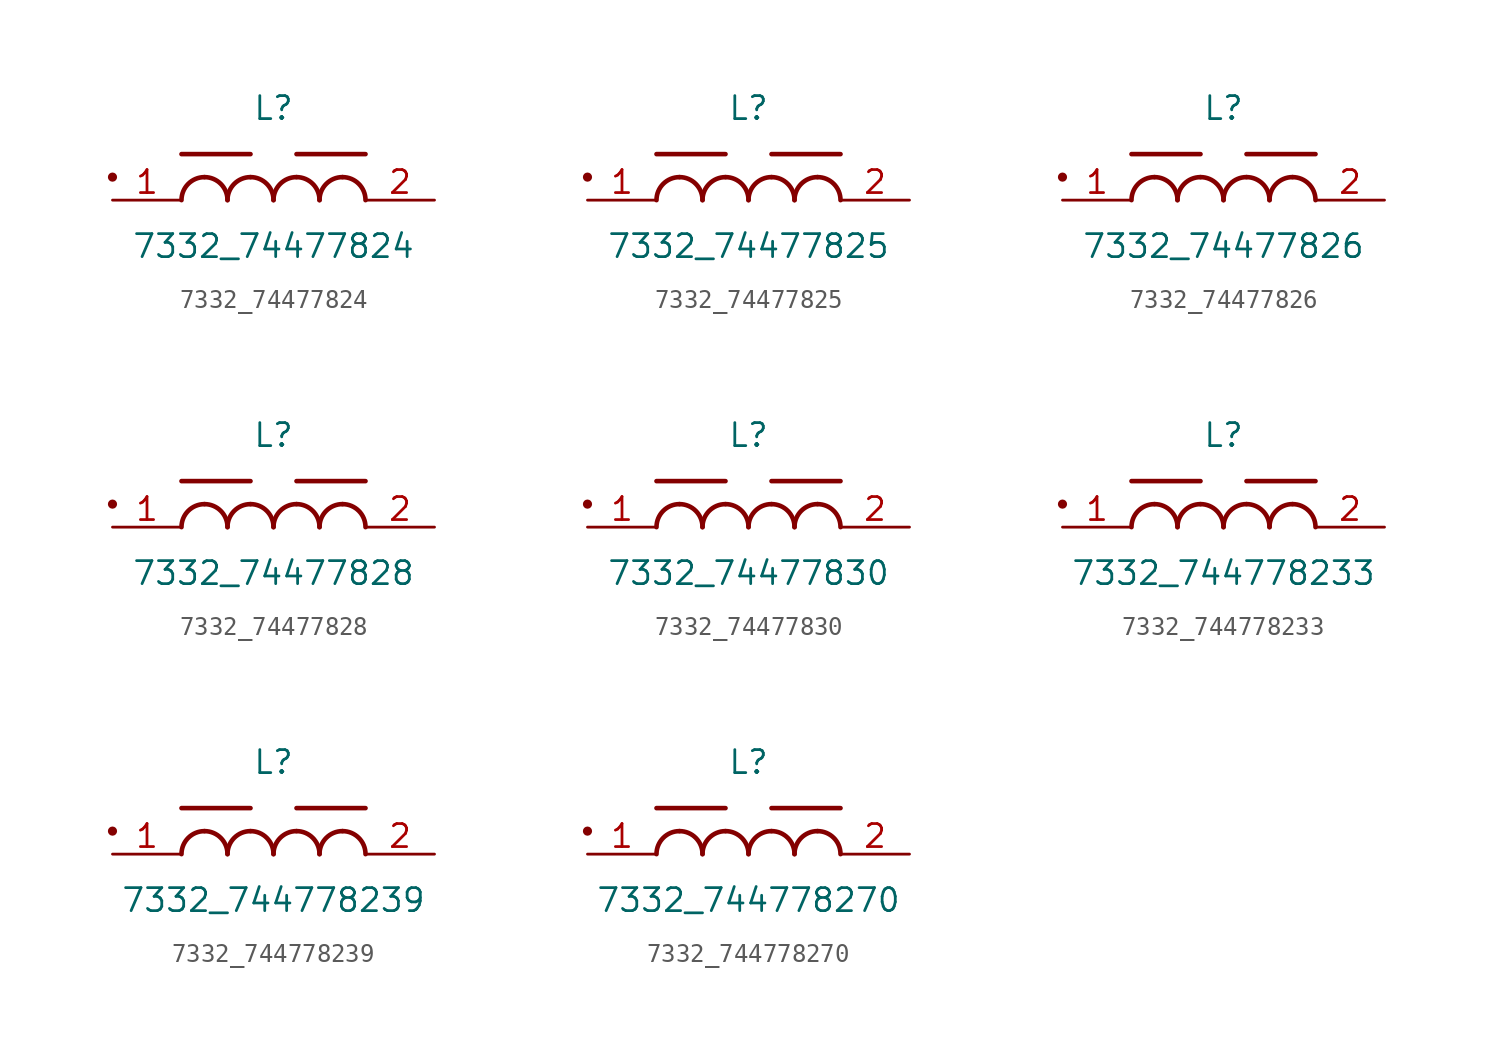
<source format=kicad_sym>
(kicad_symbol_lib
  (version 20211014)
  (generator kicad_symbol_editor)
  (symbol "Inductor_Wurth_WE-PD:7332_74477824"
    (pin_names hide)
    (property "Reference" "L"
      (at 0 5.08 0)
      (effects (font (size 1.27 1.27))))
    (property "Value" "7332_74477824"
      (at 0 -2.54 0)
      (effects (font (size 1.27 1.27))))
    (symbol "7332_74477824_0_1"
      (circle (center -8.89 1.27) (radius 0.0001) (stroke (width 0.254)) (stroke (width 0.254) (type default) (color 0 0 0 0)) (fill (type none)))
      (arc (start -3.81 1.27) (mid -4.708 0.898) (end -5.08 0) (stroke (width 0.254) (type default) (color 0 0 0 0)) (fill (type none)))
      (arc (start -2.54 0) (mid -2.912 0.898) (end -3.81 1.27) (stroke (width 0.254) (type default) (color 0 0 0 0)) (fill (type none)))
      (arc (start -1.2699 1.2701) (mid -2.1679 0.8981) (end -2.5399 0.0001) (stroke (width 0.254) (type default) (color 0 0 0 0)) (fill (type none)))
      (polyline (pts (xy -5.08 2.54) (xy -1.27 2.54)) (stroke (width 0.254) (type default) (color 0 0 0 0)) (fill (type none)))
      (polyline (pts (xy 5.08 2.54) (xy 1.27 2.54)) (stroke (width 0.254) (type default) (color 0 0 0 0)) (fill (type none)))
      (arc (start 0.0001 0.0001) (mid -0.3719 0.8981) (end -1.2699 1.2701) (stroke (width 0.254) (type default) (color 0 0 0 0)) (fill (type none)))
      (arc (start 1.2701 1.2701) (mid 0.3721 0.8981) (end 0.0001 0.0001) (stroke (width 0.254) (type default) (color 0 0 0 0)) (fill (type none)))
      (arc (start 2.5401 0.0001) (mid 2.1681 0.8981) (end 1.2701 1.2701) (stroke (width 0.254) (type default) (color 0 0 0 0)) (fill (type none)))
      (arc (start 3.8101 1.2701) (mid 2.9121 0.8981) (end 2.5401 0.0001) (stroke (width 0.254) (type default) (color 0 0 0 0)) (fill (type none)))
      (arc (start 5.0801 0.0001) (mid 4.7081 0.8981) (end 3.8101 1.2701) (stroke (width 0.254) (type default) (color 0 0 0 0)) (fill (type none))))
    (symbol "7332_74477824_1_1"
      (pin passive line (at -8.89 0 0) (length 3.81) (name "1" (effects (font (size 1.27 1.27)))) (number "1" (effects (font (size 1.27 1.27)))))
      (pin passive line (at 8.89 0 180) (length 3.81) (name "2" (effects (font (size 1.27 1.27)))) (number "2" (effects (font (size 1.27 1.27)))))))
  (symbol "Inductor_Wurth_WE-PD:7332_74477825"
    (pin_names hide)
    (property "Reference" "L"
      (at 0 5.08 0)
      (effects (font (size 1.27 1.27))))
    (property "Value" "7332_74477825"
      (at 0 -2.54 0)
      (effects (font (size 1.27 1.27))))
    (symbol "7332_74477825_0_1"
      (circle (center -8.89 1.27) (radius 0.0001) (stroke (width 0.254)) (stroke (width 0.254) (type default) (color 0 0 0 0)) (fill (type none)))
      (arc (start -3.81 1.27) (mid -4.708 0.898) (end -5.08 0) (stroke (width 0.254) (type default) (color 0 0 0 0)) (fill (type none)))
      (arc (start -2.54 0) (mid -2.912 0.898) (end -3.81 1.27) (stroke (width 0.254) (type default) (color 0 0 0 0)) (fill (type none)))
      (arc (start -1.2699 1.2701) (mid -2.1679 0.8981) (end -2.5399 0.0001) (stroke (width 0.254) (type default) (color 0 0 0 0)) (fill (type none)))
      (polyline (pts (xy -5.08 2.54) (xy -1.27 2.54)) (stroke (width 0.254) (type default) (color 0 0 0 0)) (fill (type none)))
      (polyline (pts (xy 5.08 2.54) (xy 1.27 2.54)) (stroke (width 0.254) (type default) (color 0 0 0 0)) (fill (type none)))
      (arc (start 0.0001 0.0001) (mid -0.3719 0.8981) (end -1.2699 1.2701) (stroke (width 0.254) (type default) (color 0 0 0 0)) (fill (type none)))
      (arc (start 1.2701 1.2701) (mid 0.3721 0.8981) (end 0.0001 0.0001) (stroke (width 0.254) (type default) (color 0 0 0 0)) (fill (type none)))
      (arc (start 2.5401 0.0001) (mid 2.1681 0.8981) (end 1.2701 1.2701) (stroke (width 0.254) (type default) (color 0 0 0 0)) (fill (type none)))
      (arc (start 3.8101 1.2701) (mid 2.9121 0.8981) (end 2.5401 0.0001) (stroke (width 0.254) (type default) (color 0 0 0 0)) (fill (type none)))
      (arc (start 5.0801 0.0001) (mid 4.7081 0.8981) (end 3.8101 1.2701) (stroke (width 0.254) (type default) (color 0 0 0 0)) (fill (type none))))
    (symbol "7332_74477825_1_1"
      (pin passive line (at -8.89 0 0) (length 3.81) (name "1" (effects (font (size 1.27 1.27)))) (number "1" (effects (font (size 1.27 1.27)))))
      (pin passive line (at 8.89 0 180) (length 3.81) (name "2" (effects (font (size 1.27 1.27)))) (number "2" (effects (font (size 1.27 1.27)))))))
  (symbol "Inductor_Wurth_WE-PD:7332_74477826"
    (pin_names hide)
    (property "Reference" "L"
      (at 0 5.08 0)
      (effects (font (size 1.27 1.27))))
    (property "Value" "7332_74477826"
      (at 0 -2.54 0)
      (effects (font (size 1.27 1.27))))
    (symbol "7332_74477826_0_1"
      (circle (center -8.89 1.27) (radius 0.0001) (stroke (width 0.254)) (stroke (width 0.254) (type default) (color 0 0 0 0)) (fill (type none)))
      (arc (start -3.81 1.27) (mid -4.708 0.898) (end -5.08 0) (stroke (width 0.254) (type default) (color 0 0 0 0)) (fill (type none)))
      (arc (start -2.54 0) (mid -2.912 0.898) (end -3.81 1.27) (stroke (width 0.254) (type default) (color 0 0 0 0)) (fill (type none)))
      (arc (start -1.2699 1.2701) (mid -2.1679 0.8981) (end -2.5399 0.0001) (stroke (width 0.254) (type default) (color 0 0 0 0)) (fill (type none)))
      (polyline (pts (xy -5.08 2.54) (xy -1.27 2.54)) (stroke (width 0.254) (type default) (color 0 0 0 0)) (fill (type none)))
      (polyline (pts (xy 5.08 2.54) (xy 1.27 2.54)) (stroke (width 0.254) (type default) (color 0 0 0 0)) (fill (type none)))
      (arc (start 0.0001 0.0001) (mid -0.3719 0.8981) (end -1.2699 1.2701) (stroke (width 0.254) (type default) (color 0 0 0 0)) (fill (type none)))
      (arc (start 1.2701 1.2701) (mid 0.3721 0.8981) (end 0.0001 0.0001) (stroke (width 0.254) (type default) (color 0 0 0 0)) (fill (type none)))
      (arc (start 2.5401 0.0001) (mid 2.1681 0.8981) (end 1.2701 1.2701) (stroke (width 0.254) (type default) (color 0 0 0 0)) (fill (type none)))
      (arc (start 3.8101 1.2701) (mid 2.9121 0.8981) (end 2.5401 0.0001) (stroke (width 0.254) (type default) (color 0 0 0 0)) (fill (type none)))
      (arc (start 5.0801 0.0001) (mid 4.7081 0.8981) (end 3.8101 1.2701) (stroke (width 0.254) (type default) (color 0 0 0 0)) (fill (type none))))
    (symbol "7332_74477826_1_1"
      (pin passive line (at -8.89 0 0) (length 3.81) (name "1" (effects (font (size 1.27 1.27)))) (number "1" (effects (font (size 1.27 1.27)))))
      (pin passive line (at 8.89 0 180) (length 3.81) (name "2" (effects (font (size 1.27 1.27)))) (number "2" (effects (font (size 1.27 1.27)))))))
  (symbol "Inductor_Wurth_WE-PD:7332_74477828"
    (pin_names hide)
    (property "Reference" "L"
      (at 0 5.08 0)
      (effects (font (size 1.27 1.27))))
    (property "Value" "7332_74477828"
      (at 0 -2.54 0)
      (effects (font (size 1.27 1.27))))
    (symbol "7332_74477828_0_1"
      (circle (center -8.89 1.27) (radius 0.0001) (stroke (width 0.254)) (stroke (width 0.254) (type default) (color 0 0 0 0)) (fill (type none)))
      (arc (start -3.81 1.27) (mid -4.708 0.898) (end -5.08 0) (stroke (width 0.254) (type default) (color 0 0 0 0)) (fill (type none)))
      (arc (start -2.54 0) (mid -2.912 0.898) (end -3.81 1.27) (stroke (width 0.254) (type default) (color 0 0 0 0)) (fill (type none)))
      (arc (start -1.2699 1.2701) (mid -2.1679 0.8981) (end -2.5399 0.0001) (stroke (width 0.254) (type default) (color 0 0 0 0)) (fill (type none)))
      (polyline (pts (xy -5.08 2.54) (xy -1.27 2.54)) (stroke (width 0.254) (type default) (color 0 0 0 0)) (fill (type none)))
      (polyline (pts (xy 5.08 2.54) (xy 1.27 2.54)) (stroke (width 0.254) (type default) (color 0 0 0 0)) (fill (type none)))
      (arc (start 0.0001 0.0001) (mid -0.3719 0.8981) (end -1.2699 1.2701) (stroke (width 0.254) (type default) (color 0 0 0 0)) (fill (type none)))
      (arc (start 1.2701 1.2701) (mid 0.3721 0.8981) (end 0.0001 0.0001) (stroke (width 0.254) (type default) (color 0 0 0 0)) (fill (type none)))
      (arc (start 2.5401 0.0001) (mid 2.1681 0.8981) (end 1.2701 1.2701) (stroke (width 0.254) (type default) (color 0 0 0 0)) (fill (type none)))
      (arc (start 3.8101 1.2701) (mid 2.9121 0.8981) (end 2.5401 0.0001) (stroke (width 0.254) (type default) (color 0 0 0 0)) (fill (type none)))
      (arc (start 5.0801 0.0001) (mid 4.7081 0.8981) (end 3.8101 1.2701) (stroke (width 0.254) (type default) (color 0 0 0 0)) (fill (type none))))
    (symbol "7332_74477828_1_1"
      (pin passive line (at -8.89 0 0) (length 3.81) (name "1" (effects (font (size 1.27 1.27)))) (number "1" (effects (font (size 1.27 1.27)))))
      (pin passive line (at 8.89 0 180) (length 3.81) (name "2" (effects (font (size 1.27 1.27)))) (number "2" (effects (font (size 1.27 1.27)))))))
  (symbol "Inductor_Wurth_WE-PD:7332_74477830"
    (pin_names hide)
    (property "Reference" "L"
      (at 0 5.08 0)
      (effects (font (size 1.27 1.27))))
    (property "Value" "7332_74477830"
      (at 0 -2.54 0)
      (effects (font (size 1.27 1.27))))
    (symbol "7332_74477830_0_1"
      (circle (center -8.89 1.27) (radius 0.0001) (stroke (width 0.254)) (stroke (width 0.254) (type default) (color 0 0 0 0)) (fill (type none)))
      (arc (start -3.81 1.27) (mid -4.708 0.898) (end -5.08 0) (stroke (width 0.254) (type default) (color 0 0 0 0)) (fill (type none)))
      (arc (start -2.54 0) (mid -2.912 0.898) (end -3.81 1.27) (stroke (width 0.254) (type default) (color 0 0 0 0)) (fill (type none)))
      (arc (start -1.2699 1.2701) (mid -2.1679 0.8981) (end -2.5399 0.0001) (stroke (width 0.254) (type default) (color 0 0 0 0)) (fill (type none)))
      (polyline (pts (xy -5.08 2.54) (xy -1.27 2.54)) (stroke (width 0.254) (type default) (color 0 0 0 0)) (fill (type none)))
      (polyline (pts (xy 5.08 2.54) (xy 1.27 2.54)) (stroke (width 0.254) (type default) (color 0 0 0 0)) (fill (type none)))
      (arc (start 0.0001 0.0001) (mid -0.3719 0.8981) (end -1.2699 1.2701) (stroke (width 0.254) (type default) (color 0 0 0 0)) (fill (type none)))
      (arc (start 1.2701 1.2701) (mid 0.3721 0.8981) (end 0.0001 0.0001) (stroke (width 0.254) (type default) (color 0 0 0 0)) (fill (type none)))
      (arc (start 2.5401 0.0001) (mid 2.1681 0.8981) (end 1.2701 1.2701) (stroke (width 0.254) (type default) (color 0 0 0 0)) (fill (type none)))
      (arc (start 3.8101 1.2701) (mid 2.9121 0.8981) (end 2.5401 0.0001) (stroke (width 0.254) (type default) (color 0 0 0 0)) (fill (type none)))
      (arc (start 5.0801 0.0001) (mid 4.7081 0.8981) (end 3.8101 1.2701) (stroke (width 0.254) (type default) (color 0 0 0 0)) (fill (type none))))
    (symbol "7332_74477830_1_1"
      (pin passive line (at -8.89 0 0) (length 3.81) (name "1" (effects (font (size 1.27 1.27)))) (number "1" (effects (font (size 1.27 1.27)))))
      (pin passive line (at 8.89 0 180) (length 3.81) (name "2" (effects (font (size 1.27 1.27)))) (number "2" (effects (font (size 1.27 1.27)))))))
  (symbol "Inductor_Wurth_WE-PD:7332_744778233"
    (pin_names hide)
    (property "Reference" "L"
      (at 0 5.08 0)
      (effects (font (size 1.27 1.27))))
    (property "Value" "7332_744778233"
      (at 0 -2.54 0)
      (effects (font (size 1.27 1.27))))
    (symbol "7332_744778233_0_1"
      (circle (center -8.89 1.27) (radius 0.0001) (stroke (width 0.254)) (stroke (width 0.254) (type default) (color 0 0 0 0)) (fill (type none)))
      (arc (start -3.81 1.27) (mid -4.708 0.898) (end -5.08 0) (stroke (width 0.254) (type default) (color 0 0 0 0)) (fill (type none)))
      (arc (start -2.54 0) (mid -2.912 0.898) (end -3.81 1.27) (stroke (width 0.254) (type default) (color 0 0 0 0)) (fill (type none)))
      (arc (start -1.2699 1.2701) (mid -2.1679 0.8981) (end -2.5399 0.0001) (stroke (width 0.254) (type default) (color 0 0 0 0)) (fill (type none)))
      (polyline (pts (xy -5.08 2.54) (xy -1.27 2.54)) (stroke (width 0.254) (type default) (color 0 0 0 0)) (fill (type none)))
      (polyline (pts (xy 5.08 2.54) (xy 1.27 2.54)) (stroke (width 0.254) (type default) (color 0 0 0 0)) (fill (type none)))
      (arc (start 0.0001 0.0001) (mid -0.3719 0.8981) (end -1.2699 1.2701) (stroke (width 0.254) (type default) (color 0 0 0 0)) (fill (type none)))
      (arc (start 1.2701 1.2701) (mid 0.3721 0.8981) (end 0.0001 0.0001) (stroke (width 0.254) (type default) (color 0 0 0 0)) (fill (type none)))
      (arc (start 2.5401 0.0001) (mid 2.1681 0.8981) (end 1.2701 1.2701) (stroke (width 0.254) (type default) (color 0 0 0 0)) (fill (type none)))
      (arc (start 3.8101 1.2701) (mid 2.9121 0.8981) (end 2.5401 0.0001) (stroke (width 0.254) (type default) (color 0 0 0 0)) (fill (type none)))
      (arc (start 5.0801 0.0001) (mid 4.7081 0.8981) (end 3.8101 1.2701) (stroke (width 0.254) (type default) (color 0 0 0 0)) (fill (type none))))
    (symbol "7332_744778233_1_1"
      (pin passive line (at -8.89 0 0) (length 3.81) (name "1" (effects (font (size 1.27 1.27)))) (number "1" (effects (font (size 1.27 1.27)))))
      (pin passive line (at 8.89 0 180) (length 3.81) (name "2" (effects (font (size 1.27 1.27)))) (number "2" (effects (font (size 1.27 1.27)))))))
  (symbol "Inductor_Wurth_WE-PD:7332_744778239"
    (pin_names hide)
    (property "Reference" "L"
      (at 0 5.08 0)
      (effects (font (size 1.27 1.27))))
    (property "Value" "7332_744778239"
      (at 0 -2.54 0)
      (effects (font (size 1.27 1.27))))
    (symbol "7332_744778239_0_1"
      (circle (center -8.89 1.27) (radius 0.0001) (stroke (width 0.254)) (stroke (width 0.254) (type default) (color 0 0 0 0)) (fill (type none)))
      (arc (start -3.81 1.27) (mid -4.708 0.898) (end -5.08 0) (stroke (width 0.254) (type default) (color 0 0 0 0)) (fill (type none)))
      (arc (start -2.54 0) (mid -2.912 0.898) (end -3.81 1.27) (stroke (width 0.254) (type default) (color 0 0 0 0)) (fill (type none)))
      (arc (start -1.2699 1.2701) (mid -2.1679 0.8981) (end -2.5399 0.0001) (stroke (width 0.254) (type default) (color 0 0 0 0)) (fill (type none)))
      (polyline (pts (xy -5.08 2.54) (xy -1.27 2.54)) (stroke (width 0.254) (type default) (color 0 0 0 0)) (fill (type none)))
      (polyline (pts (xy 5.08 2.54) (xy 1.27 2.54)) (stroke (width 0.254) (type default) (color 0 0 0 0)) (fill (type none)))
      (arc (start 0.0001 0.0001) (mid -0.3719 0.8981) (end -1.2699 1.2701) (stroke (width 0.254) (type default) (color 0 0 0 0)) (fill (type none)))
      (arc (start 1.2701 1.2701) (mid 0.3721 0.8981) (end 0.0001 0.0001) (stroke (width 0.254) (type default) (color 0 0 0 0)) (fill (type none)))
      (arc (start 2.5401 0.0001) (mid 2.1681 0.8981) (end 1.2701 1.2701) (stroke (width 0.254) (type default) (color 0 0 0 0)) (fill (type none)))
      (arc (start 3.8101 1.2701) (mid 2.9121 0.8981) (end 2.5401 0.0001) (stroke (width 0.254) (type default) (color 0 0 0 0)) (fill (type none)))
      (arc (start 5.0801 0.0001) (mid 4.7081 0.8981) (end 3.8101 1.2701) (stroke (width 0.254) (type default) (color 0 0 0 0)) (fill (type none))))
    (symbol "7332_744778239_1_1"
      (pin passive line (at -8.89 0 0) (length 3.81) (name "1" (effects (font (size 1.27 1.27)))) (number "1" (effects (font (size 1.27 1.27)))))
      (pin passive line (at 8.89 0 180) (length 3.81) (name "2" (effects (font (size 1.27 1.27)))) (number "2" (effects (font (size 1.27 1.27)))))))
  (symbol "Inductor_Wurth_WE-PD:7332_744778270"
    (pin_names hide)
    (property "Reference" "L"
      (at 0 5.08 0)
      (effects (font (size 1.27 1.27))))
    (property "Value" "7332_744778270"
      (at 0 -2.54 0)
      (effects (font (size 1.27 1.27))))
    (symbol "7332_744778270_0_1"
      (circle (center -8.89 1.27) (radius 0.0001) (stroke (width 0.254)) (stroke (width 0.254) (type default) (color 0 0 0 0)) (fill (type none)))
      (arc (start -3.81 1.27) (mid -4.708 0.898) (end -5.08 0) (stroke (width 0.254) (type default) (color 0 0 0 0)) (fill (type none)))
      (arc (start -2.54 0) (mid -2.912 0.898) (end -3.81 1.27) (stroke (width 0.254) (type default) (color 0 0 0 0)) (fill (type none)))
      (arc (start -1.2699 1.2701) (mid -2.1679 0.8981) (end -2.5399 0.0001) (stroke (width 0.254) (type default) (color 0 0 0 0)) (fill (type none)))
      (polyline (pts (xy -5.08 2.54) (xy -1.27 2.54)) (stroke (width 0.254) (type default) (color 0 0 0 0)) (fill (type none)))
      (polyline (pts (xy 5.08 2.54) (xy 1.27 2.54)) (stroke (width 0.254) (type default) (color 0 0 0 0)) (fill (type none)))
      (arc (start 0.0001 0.0001) (mid -0.3719 0.8981) (end -1.2699 1.2701) (stroke (width 0.254) (type default) (color 0 0 0 0)) (fill (type none)))
      (arc (start 1.2701 1.2701) (mid 0.3721 0.8981) (end 0.0001 0.0001) (stroke (width 0.254) (type default) (color 0 0 0 0)) (fill (type none)))
      (arc (start 2.5401 0.0001) (mid 2.1681 0.8981) (end 1.2701 1.2701) (stroke (width 0.254) (type default) (color 0 0 0 0)) (fill (type none)))
      (arc (start 3.8101 1.2701) (mid 2.9121 0.8981) (end 2.5401 0.0001) (stroke (width 0.254) (type default) (color 0 0 0 0)) (fill (type none)))
      (arc (start 5.0801 0.0001) (mid 4.7081 0.8981) (end 3.8101 1.2701) (stroke (width 0.254) (type default) (color 0 0 0 0)) (fill (type none))))
    (symbol "7332_744778270_1_1"
      (pin passive line (at -8.89 0 0) (length 3.81) (name "1" (effects (font (size 1.27 1.27)))) (number "1" (effects (font (size 1.27 1.27)))))
      (pin passive line (at 8.89 0 180) (length 3.81) (name "2" (effects (font (size 1.27 1.27)))) (number "2" (effects (font (size 1.27 1.27))))))))
</source>
